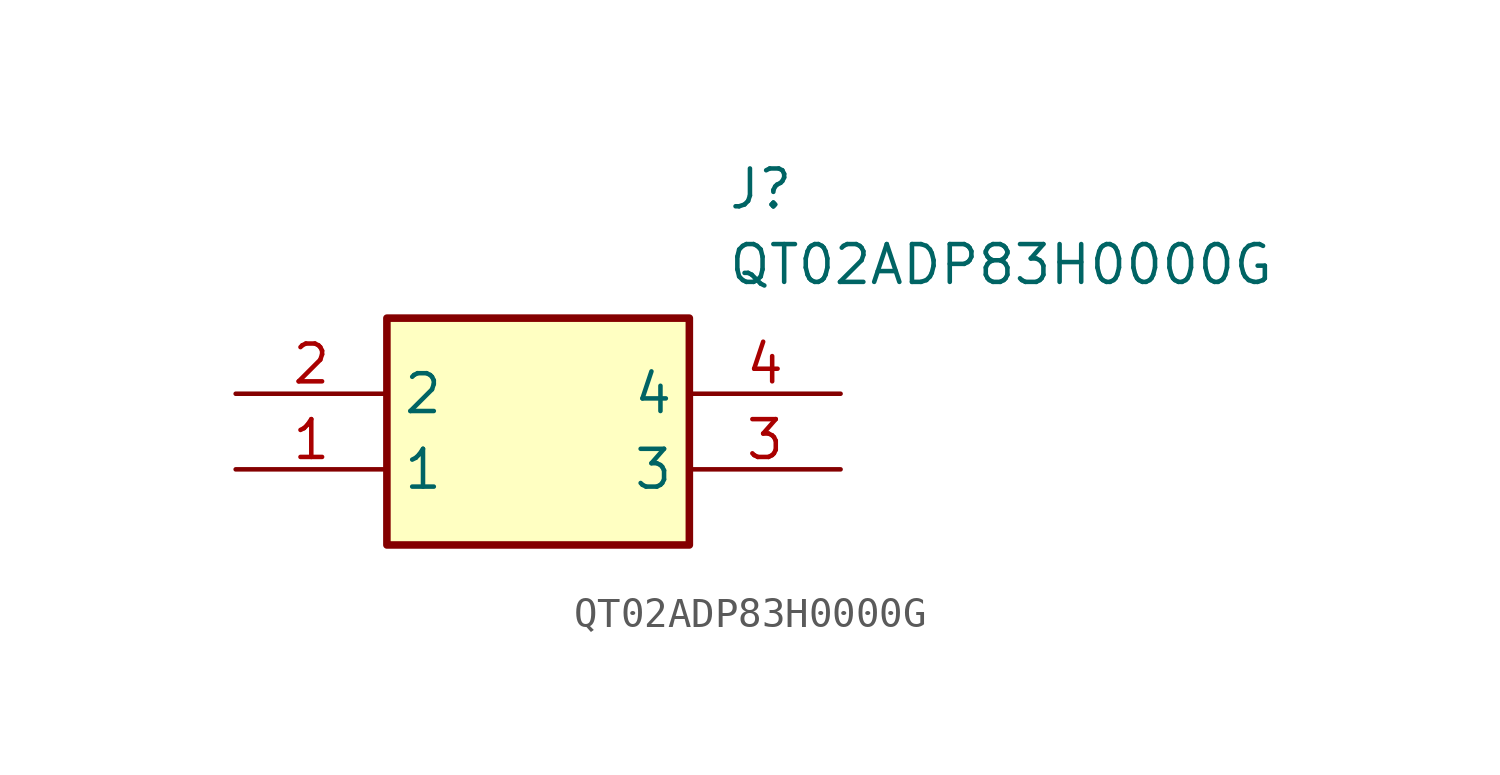
<source format=kicad_sym>
(kicad_symbol_lib
  (version 20211014)
  (generator SamacSys_ECAD_Model)
  (symbol "QT02ADP83H0000G"
    (property "Reference" "J"
      (at 16.51 7.62 0)
      (effects (font (size 1.27 1.27)) (justify left top)))
    (property "Value" "QT02ADP83H0000G"
      (at 16.51 5.08 0)
      (effects (font (size 1.27 1.27)) (justify left top)))
    (rectangle
      (start 5.08 2.54)
      (end 15.24 -5.08)
      (stroke (width 0.254) (type default))
      (fill (type background)))
    (pin passive line
      (at 0 -2.54 0)
      (length 5.08)
      (name "1" (effects (font (size 1.27 1.27))))
      (number "1" (effects (font (size 1.27 1.27)))))
    (pin passive line
      (at 0 0 0)
      (length 5.08)
      (name "2" (effects (font (size 1.27 1.27))))
      (number "2" (effects (font (size 1.27 1.27)))))
    (pin passive line
      (at 20.32 -2.54 180)
      (length 5.08)
      (name "3" (effects (font (size 1.27 1.27))))
      (number "3" (effects (font (size 1.27 1.27)))))
    (pin passive line
      (at 20.32 0 180)
      (length 5.08)
      (name "4" (effects (font (size 1.27 1.27))))
      (number "4" (effects (font (size 1.27 1.27)))))))
</source>
